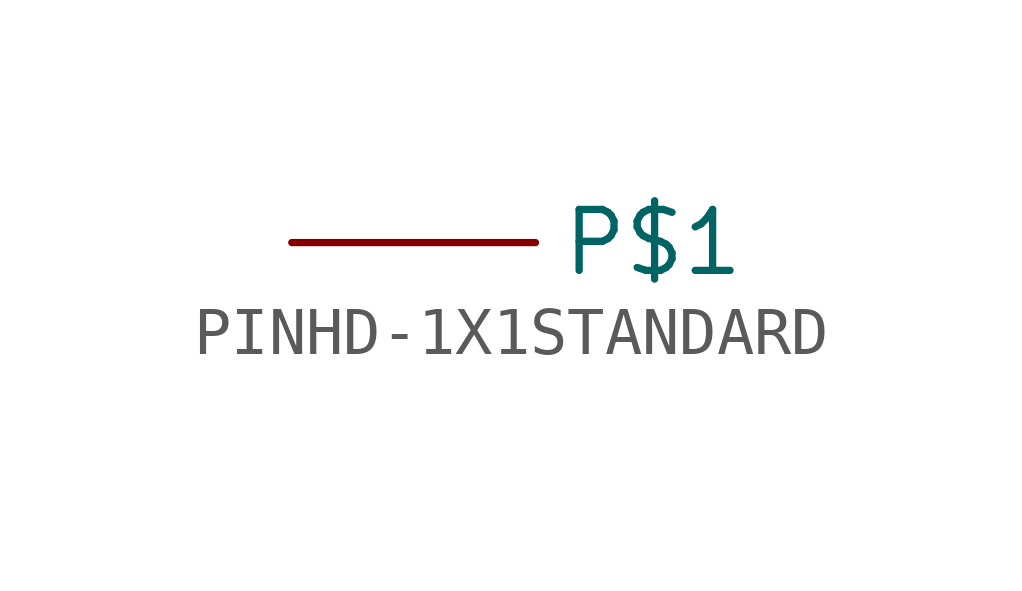
<source format=kicad_sym>
(kicad_symbol_lib
  (version 20211014)
  (generator kicad_symbol_editor)
  (symbol "PINHD-1X1STANDARD"
    (property "Reference" ""
      (at 0 0 0)
      (effects (font (size 1.27 1.27)) hide))
    (property "ki_locked" ""
      (at 0 0 0)
      (effects (font (size 1.27 1.27))))
    (symbol "PINHD-1X1STANDARD_1_0"
      (pin bidirectional line (at -5.08 0 0) (length 5.08) (name "P$1" (effects (font (size 1.27 1.27)))) (number "1" (effects (font (size 0 0))))))))
</source>
